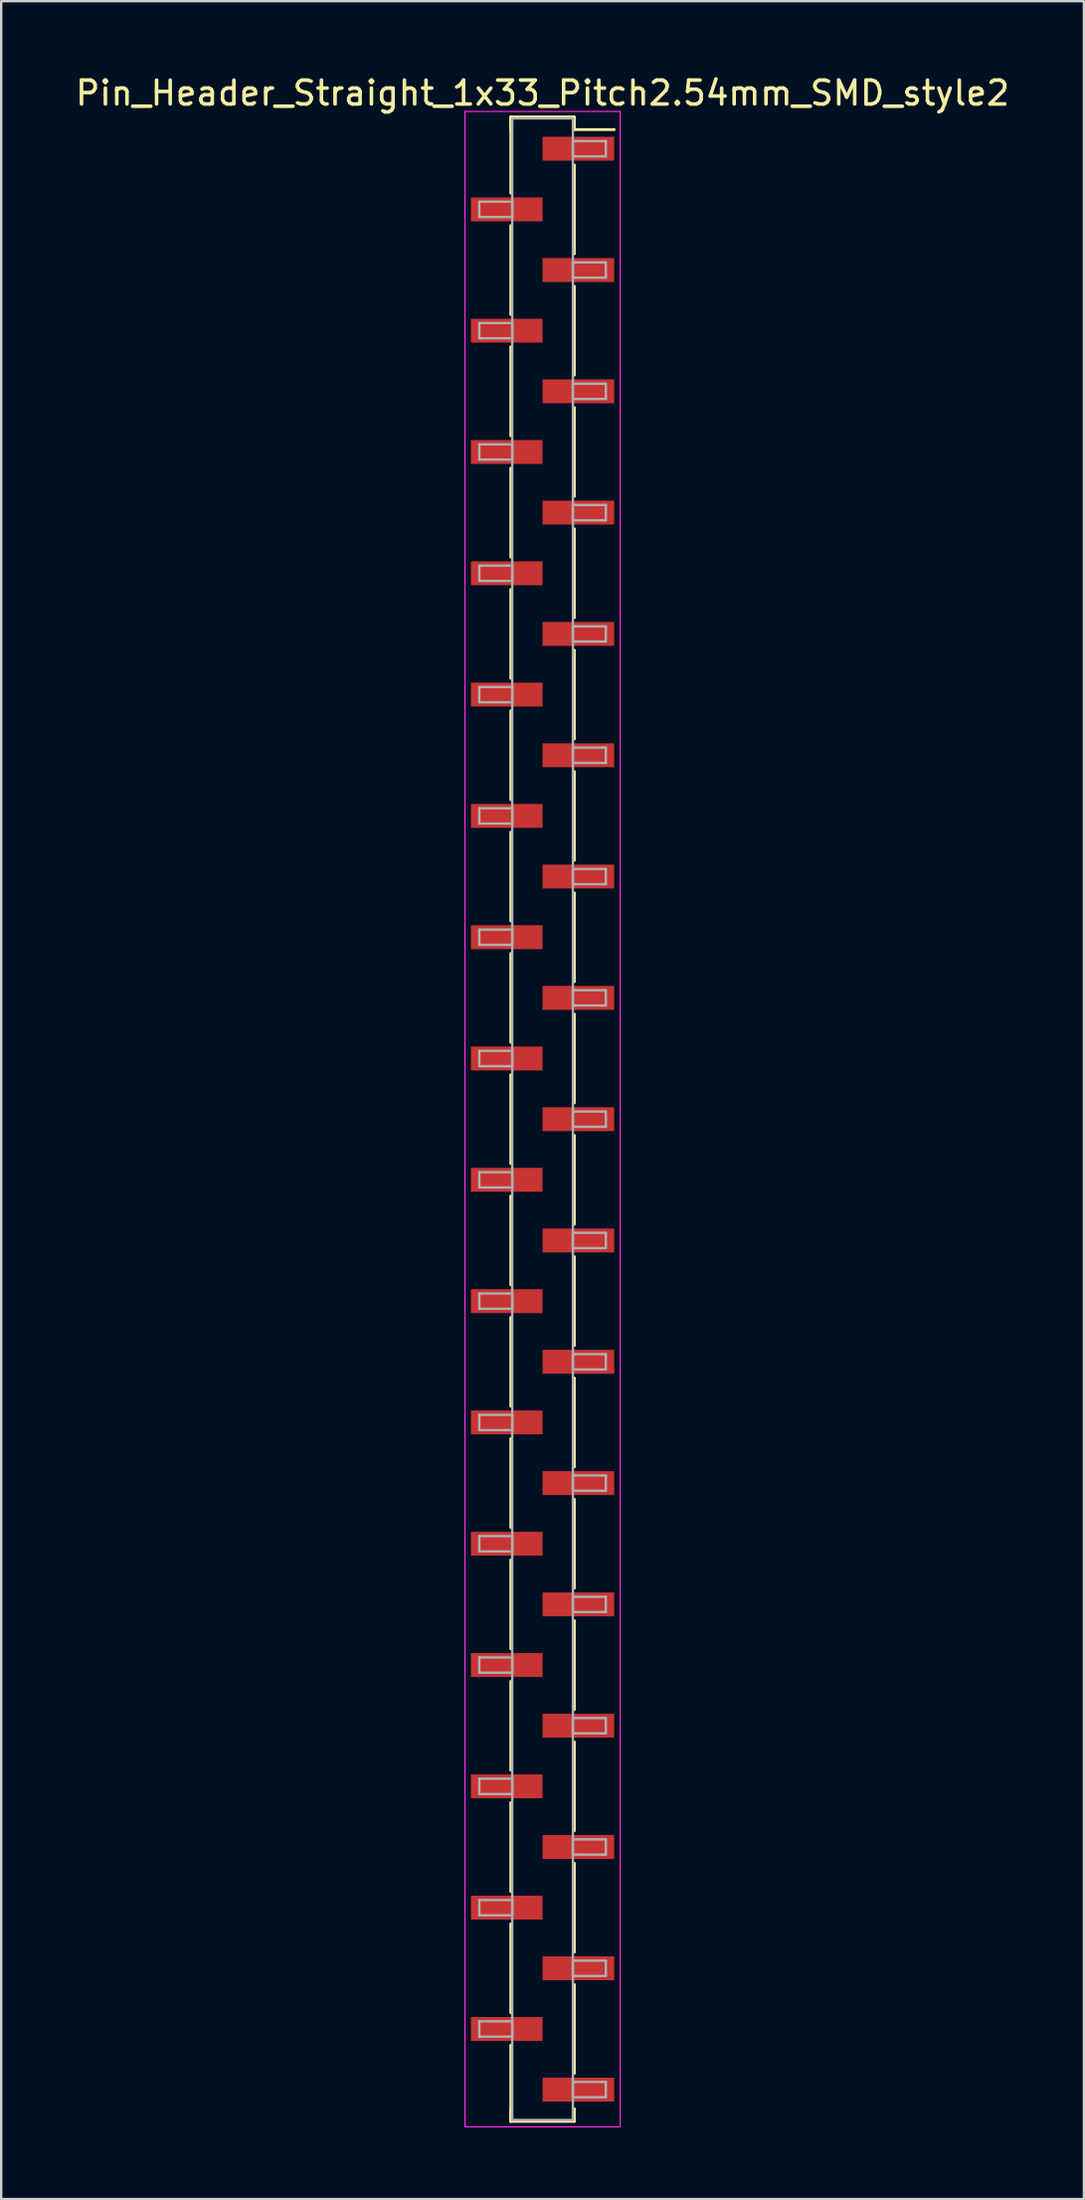
<source format=kicad_pcb>
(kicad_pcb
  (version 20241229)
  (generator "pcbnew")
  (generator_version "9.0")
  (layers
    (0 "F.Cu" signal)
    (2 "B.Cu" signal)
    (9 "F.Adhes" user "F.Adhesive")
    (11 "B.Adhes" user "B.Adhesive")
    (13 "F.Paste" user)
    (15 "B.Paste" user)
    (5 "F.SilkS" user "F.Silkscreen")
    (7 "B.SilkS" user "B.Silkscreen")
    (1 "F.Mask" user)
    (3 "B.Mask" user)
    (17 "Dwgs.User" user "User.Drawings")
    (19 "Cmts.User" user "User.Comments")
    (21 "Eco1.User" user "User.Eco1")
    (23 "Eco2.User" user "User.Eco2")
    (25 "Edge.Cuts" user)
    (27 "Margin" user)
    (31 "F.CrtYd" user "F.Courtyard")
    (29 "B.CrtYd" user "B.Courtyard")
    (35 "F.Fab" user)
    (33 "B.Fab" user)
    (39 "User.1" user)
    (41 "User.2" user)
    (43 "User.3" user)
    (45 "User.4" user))
  (footprint "Pin_Header_Straight_1x33_Pitch2.54mm_SMD_style2"
    (layer "F.Cu")
    (at 19.673 43.818)
    (property "Reference" "Pin_Header_Straight_1x33_Pitch2.54mm_SMD_style2" (at 0 -42.97 0) (layer "F.SilkS") (effects (font (size 1 1) (thickness 0.15))))
    (attr smd)
    (fp_line (start -1.33 -41.97) (end -1.33 -38.78) (stroke (width 0.12) (type solid)) (layer "F.SilkS"))
    (fp_line (start -1.33 -41.97) (end 1.33 -41.97) (stroke (width 0.12) (type solid)) (layer "F.SilkS"))
    (fp_line (start -1.33 -41.44) (end -1.33 -41.97) (stroke (width 0.12) (type solid)) (layer "F.SilkS"))
    (fp_line (start -1.33 -37.42) (end -1.33 -33.7) (stroke (width 0.12) (type solid)) (layer "F.SilkS"))
    (fp_line (start -1.33 -32.34) (end -1.33 -28.62) (stroke (width 0.12) (type solid)) (layer "F.SilkS"))
    (fp_line (start -1.33 -27.26) (end -1.33 -23.54) (stroke (width 0.12) (type solid)) (layer "F.SilkS"))
    (fp_line (start -1.33 -22.18) (end -1.33 -18.46) (stroke (width 0.12) (type solid)) (layer "F.SilkS"))
    (fp_line (start -1.33 -17.1) (end -1.33 -13.38) (stroke (width 0.12) (type solid)) (layer "F.SilkS"))
    (fp_line (start -1.33 -12.02) (end -1.33 -8.3) (stroke (width 0.12) (type solid)) (layer "F.SilkS"))
    (fp_line (start -1.33 -6.94) (end -1.33 -3.22) (stroke (width 0.12) (type solid)) (layer "F.SilkS"))
    (fp_line (start -1.33 -1.86) (end -1.33 1.86) (stroke (width 0.12) (type solid)) (layer "F.SilkS"))
    (fp_line (start -1.33 3.22) (end -1.33 6.94) (stroke (width 0.12) (type solid)) (layer "F.SilkS"))
    (fp_line (start -1.33 8.3) (end -1.33 12.02) (stroke (width 0.12) (type solid)) (layer "F.SilkS"))
    (fp_line (start -1.33 13.38) (end -1.33 17.1) (stroke (width 0.12) (type solid)) (layer "F.SilkS"))
    (fp_line (start -1.33 18.46) (end -1.33 22.18) (stroke (width 0.12) (type solid)) (layer "F.SilkS"))
    (fp_line (start -1.33 23.54) (end -1.33 27.26) (stroke (width 0.12) (type solid)) (layer "F.SilkS"))
    (fp_line (start -1.33 28.62) (end -1.33 32.34) (stroke (width 0.12) (type solid)) (layer "F.SilkS"))
    (fp_line (start -1.33 33.7) (end -1.33 37.42) (stroke (width 0.12) (type solid)) (layer "F.SilkS"))
    (fp_line (start -1.33 38.78) (end -1.33 41.97) (stroke (width 0.12) (type solid)) (layer "F.SilkS"))
    (fp_line (start -1.33 41.44) (end -1.33 41.97) (stroke (width 0.12) (type solid)) (layer "F.SilkS"))
    (fp_line (start -1.33 41.97) (end 1.33 41.97) (stroke (width 0.12) (type solid)) (layer "F.SilkS"))
    (fp_line (start 1.33 -41.97) (end 1.33 -41.44) (stroke (width 0.12) (type solid)) (layer "F.SilkS"))
    (fp_line (start 1.33 -41.44) (end 3 -41.44) (stroke (width 0.12) (type solid)) (layer "F.SilkS"))
    (fp_line (start 1.33 -39.96) (end 1.33 -36.24) (stroke (width 0.12) (type solid)) (layer "F.SilkS"))
    (fp_line (start 1.33 -34.88) (end 1.33 -31.16) (stroke (width 0.12) (type solid)) (layer "F.SilkS"))
    (fp_line (start 1.33 -29.8) (end 1.33 -26.08) (stroke (width 0.12) (type solid)) (layer "F.SilkS"))
    (fp_line (start 1.33 -24.72) (end 1.33 -21) (stroke (width 0.12) (type solid)) (layer "F.SilkS"))
    (fp_line (start 1.33 -19.64) (end 1.33 -15.92) (stroke (width 0.12) (type solid)) (layer "F.SilkS"))
    (fp_line (start 1.33 -14.56) (end 1.33 -10.84) (stroke (width 0.12) (type solid)) (layer "F.SilkS"))
    (fp_line (start 1.33 -9.48) (end 1.33 -5.76) (stroke (width 0.12) (type solid)) (layer "F.SilkS"))
    (fp_line (start 1.33 -4.4) (end 1.33 -0.68) (stroke (width 0.12) (type solid)) (layer "F.SilkS"))
    (fp_line (start 1.33 0.68) (end 1.33 4.4) (stroke (width 0.12) (type solid)) (layer "F.SilkS"))
    (fp_line (start 1.33 5.76) (end 1.33 9.48) (stroke (width 0.12) (type solid)) (layer "F.SilkS"))
    (fp_line (start 1.33 10.84) (end 1.33 14.56) (stroke (width 0.12) (type solid)) (layer "F.SilkS"))
    (fp_line (start 1.33 15.92) (end 1.33 19.64) (stroke (width 0.12) (type solid)) (layer "F.SilkS"))
    (fp_line (start 1.33 21) (end 1.33 24.72) (stroke (width 0.12) (type solid)) (layer "F.SilkS"))
    (fp_line (start 1.33 26.08) (end 1.33 29.8) (stroke (width 0.12) (type solid)) (layer "F.SilkS"))
    (fp_line (start 1.33 31.16) (end 1.33 34.88) (stroke (width 0.12) (type solid)) (layer "F.SilkS"))
    (fp_line (start 1.33 36.24) (end 1.33 39.96) (stroke (width 0.12) (type solid)) (layer "F.SilkS"))
    (fp_line (start 1.33 41.97) (end 1.33 41.44) (stroke (width 0.12) (type solid)) (layer "F.SilkS"))
    (fp_line (start -3.25 -42.2) (end -3.25 42.2) (stroke (width 0.05) (type solid)) (layer "F.CrtYd"))
    (fp_line (start -3.25 42.2) (end 3.25 42.2) (stroke (width 0.05) (type solid)) (layer "F.CrtYd"))
    (fp_line (start 3.25 -42.2) (end -3.25 -42.2) (stroke (width 0.05) (type solid)) (layer "F.CrtYd"))
    (fp_line (start 3.25 42.2) (end 3.25 -42.2) (stroke (width 0.05) (type solid)) (layer "F.CrtYd"))
    (fp_line (start -2.65 -38.42) (end -1.27 -38.42) (stroke (width 0.1) (type solid)) (layer "F.Fab"))
    (fp_line (start -2.65 -37.78) (end -2.65 -38.42) (stroke (width 0.1) (type solid)) (layer "F.Fab"))
    (fp_line (start -2.65 -33.34) (end -1.27 -33.34) (stroke (width 0.1) (type solid)) (layer "F.Fab"))
    (fp_line (start -2.65 -32.7) (end -2.65 -33.34) (stroke (width 0.1) (type solid)) (layer "F.Fab"))
    (fp_line (start -2.65 -28.26) (end -1.27 -28.26) (stroke (width 0.1) (type solid)) (layer "F.Fab"))
    (fp_line (start -2.65 -27.62) (end -2.65 -28.26) (stroke (width 0.1) (type solid)) (layer "F.Fab"))
    (fp_line (start -2.65 -23.18) (end -1.27 -23.18) (stroke (width 0.1) (type solid)) (layer "F.Fab"))
    (fp_line (start -2.65 -22.54) (end -2.65 -23.18) (stroke (width 0.1) (type solid)) (layer "F.Fab"))
    (fp_line (start -2.65 -18.1) (end -1.27 -18.1) (stroke (width 0.1) (type solid)) (layer "F.Fab"))
    (fp_line (start -2.65 -17.46) (end -2.65 -18.1) (stroke (width 0.1) (type solid)) (layer "F.Fab"))
    (fp_line (start -2.65 -13.02) (end -1.27 -13.02) (stroke (width 0.1) (type solid)) (layer "F.Fab"))
    (fp_line (start -2.65 -12.38) (end -2.65 -13.02) (stroke (width 0.1) (type solid)) (layer "F.Fab"))
    (fp_line (start -2.65 -7.94) (end -1.27 -7.94) (stroke (width 0.1) (type solid)) (layer "F.Fab"))
    (fp_line (start -2.65 -7.3) (end -2.65 -7.94) (stroke (width 0.1) (type solid)) (layer "F.Fab"))
    (fp_line (start -2.65 -2.86) (end -1.27 -2.86) (stroke (width 0.1) (type solid)) (layer "F.Fab"))
    (fp_line (start -2.65 -2.22) (end -2.65 -2.86) (stroke (width 0.1) (type solid)) (layer "F.Fab"))
    (fp_line (start -2.65 2.22) (end -1.27 2.22) (stroke (width 0.1) (type solid)) (layer "F.Fab"))
    (fp_line (start -2.65 2.86) (end -2.65 2.22) (stroke (width 0.1) (type solid)) (layer "F.Fab"))
    (fp_line (start -2.65 7.3) (end -1.27 7.3) (stroke (width 0.1) (type solid)) (layer "F.Fab"))
    (fp_line (start -2.65 7.94) (end -2.65 7.3) (stroke (width 0.1) (type solid)) (layer "F.Fab"))
    (fp_line (start -2.65 12.38) (end -1.27 12.38) (stroke (width 0.1) (type solid)) (layer "F.Fab"))
    (fp_line (start -2.65 13.02) (end -2.65 12.38) (stroke (width 0.1) (type solid)) (layer "F.Fab"))
    (fp_line (start -2.65 17.46) (end -1.27 17.46) (stroke (width 0.1) (type solid)) (layer "F.Fab"))
    (fp_line (start -2.65 18.1) (end -2.65 17.46) (stroke (width 0.1) (type solid)) (layer "F.Fab"))
    (fp_line (start -2.65 22.54) (end -1.27 22.54) (stroke (width 0.1) (type solid)) (layer "F.Fab"))
    (fp_line (start -2.65 23.18) (end -2.65 22.54) (stroke (width 0.1) (type solid)) (layer "F.Fab"))
    (fp_line (start -2.65 27.62) (end -1.27 27.62) (stroke (width 0.1) (type solid)) (layer "F.Fab"))
    (fp_line (start -2.65 28.26) (end -2.65 27.62) (stroke (width 0.1) (type solid)) (layer "F.Fab"))
    (fp_line (start -2.65 32.7) (end -1.27 32.7) (stroke (width 0.1) (type solid)) (layer "F.Fab"))
    (fp_line (start -2.65 33.34) (end -2.65 32.7) (stroke (width 0.1) (type solid)) (layer "F.Fab"))
    (fp_line (start -2.65 37.78) (end -1.27 37.78) (stroke (width 0.1) (type solid)) (layer "F.Fab"))
    (fp_line (start -2.65 38.42) (end -2.65 37.78) (stroke (width 0.1) (type solid)) (layer "F.Fab"))
    (fp_line (start -1.27 -41.91) (end -1.27 41.91) (stroke (width 0.1) (type solid)) (layer "F.Fab"))
    (fp_line (start -1.27 -38.42) (end -1.27 -37.78) (stroke (width 0.1) (type solid)) (layer "F.Fab"))
    (fp_line (start -1.27 -37.78) (end -2.65 -37.78) (stroke (width 0.1) (type solid)) (layer "F.Fab"))
    (fp_line (start -1.27 -33.34) (end -1.27 -32.7) (stroke (width 0.1) (type solid)) (layer "F.Fab"))
    (fp_line (start -1.27 -32.7) (end -2.65 -32.7) (stroke (width 0.1) (type solid)) (layer "F.Fab"))
    (fp_line (start -1.27 -28.26) (end -1.27 -27.62) (stroke (width 0.1) (type solid)) (layer "F.Fab"))
    (fp_line (start -1.27 -27.62) (end -2.65 -27.62) (stroke (width 0.1) (type solid)) (layer "F.Fab"))
    (fp_line (start -1.27 -23.18) (end -1.27 -22.54) (stroke (width 0.1) (type solid)) (layer "F.Fab"))
    (fp_line (start -1.27 -22.54) (end -2.65 -22.54) (stroke (width 0.1) (type solid)) (layer "F.Fab"))
    (fp_line (start -1.27 -18.1) (end -1.27 -17.46) (stroke (width 0.1) (type solid)) (layer "F.Fab"))
    (fp_line (start -1.27 -17.46) (end -2.65 -17.46) (stroke (width 0.1) (type solid)) (layer "F.Fab"))
    (fp_line (start -1.27 -13.02) (end -1.27 -12.38) (stroke (width 0.1) (type solid)) (layer "F.Fab"))
    (fp_line (start -1.27 -12.38) (end -2.65 -12.38) (stroke (width 0.1) (type solid)) (layer "F.Fab"))
    (fp_line (start -1.27 -7.94) (end -1.27 -7.3) (stroke (width 0.1) (type solid)) (layer "F.Fab"))
    (fp_line (start -1.27 -7.3) (end -2.65 -7.3) (stroke (width 0.1) (type solid)) (layer "F.Fab"))
    (fp_line (start -1.27 -2.86) (end -1.27 -2.22) (stroke (width 0.1) (type solid)) (layer "F.Fab"))
    (fp_line (start -1.27 -2.22) (end -2.65 -2.22) (stroke (width 0.1) (type solid)) (layer "F.Fab"))
    (fp_line (start -1.27 2.22) (end -1.27 2.86) (stroke (width 0.1) (type solid)) (layer "F.Fab"))
    (fp_line (start -1.27 2.86) (end -2.65 2.86) (stroke (width 0.1) (type solid)) (layer "F.Fab"))
    (fp_line (start -1.27 7.3) (end -1.27 7.94) (stroke (width 0.1) (type solid)) (layer "F.Fab"))
    (fp_line (start -1.27 7.94) (end -2.65 7.94) (stroke (width 0.1) (type solid)) (layer "F.Fab"))
    (fp_line (start -1.27 12.38) (end -1.27 13.02) (stroke (width 0.1) (type solid)) (layer "F.Fab"))
    (fp_line (start -1.27 13.02) (end -2.65 13.02) (stroke (width 0.1) (type solid)) (layer "F.Fab"))
    (fp_line (start -1.27 17.46) (end -1.27 18.1) (stroke (width 0.1) (type solid)) (layer "F.Fab"))
    (fp_line (start -1.27 18.1) (end -2.65 18.1) (stroke (width 0.1) (type solid)) (layer "F.Fab"))
    (fp_line (start -1.27 22.54) (end -1.27 23.18) (stroke (width 0.1) (type solid)) (layer "F.Fab"))
    (fp_line (start -1.27 23.18) (end -2.65 23.18) (stroke (width 0.1) (type solid)) (layer "F.Fab"))
    (fp_line (start -1.27 27.62) (end -1.27 28.26) (stroke (width 0.1) (type solid)) (layer "F.Fab"))
    (fp_line (start -1.27 28.26) (end -2.65 28.26) (stroke (width 0.1) (type solid)) (layer "F.Fab"))
    (fp_line (start -1.27 32.7) (end -1.27 33.34) (stroke (width 0.1) (type solid)) (layer "F.Fab"))
    (fp_line (start -1.27 33.34) (end -2.65 33.34) (stroke (width 0.1) (type solid)) (layer "F.Fab"))
    (fp_line (start -1.27 37.78) (end -1.27 38.42) (stroke (width 0.1) (type solid)) (layer "F.Fab"))
    (fp_line (start -1.27 38.42) (end -2.65 38.42) (stroke (width 0.1) (type solid)) (layer "F.Fab"))
    (fp_line (start -1.27 41.91) (end 1.27 41.91) (stroke (width 0.1) (type solid)) (layer "F.Fab"))
    (fp_line (start 1.27 -41.91) (end -1.27 -41.91) (stroke (width 0.1) (type solid)) (layer "F.Fab"))
    (fp_line (start 1.27 -40.96) (end 1.27 -40.32) (stroke (width 0.1) (type solid)) (layer "F.Fab"))
    (fp_line (start 1.27 -40.32) (end 2.65 -40.32) (stroke (width 0.1) (type solid)) (layer "F.Fab"))
    (fp_line (start 1.27 -35.88) (end 1.27 -35.24) (stroke (width 0.1) (type solid)) (layer "F.Fab"))
    (fp_line (start 1.27 -35.24) (end 2.65 -35.24) (stroke (width 0.1) (type solid)) (layer "F.Fab"))
    (fp_line (start 1.27 -30.8) (end 1.27 -30.16) (stroke (width 0.1) (type solid)) (layer "F.Fab"))
    (fp_line (start 1.27 -30.16) (end 2.65 -30.16) (stroke (width 0.1) (type solid)) (layer "F.Fab"))
    (fp_line (start 1.27 -25.72) (end 1.27 -25.08) (stroke (width 0.1) (type solid)) (layer "F.Fab"))
    (fp_line (start 1.27 -25.08) (end 2.65 -25.08) (stroke (width 0.1) (type solid)) (layer "F.Fab"))
    (fp_line (start 1.27 -20.64) (end 1.27 -20) (stroke (width 0.1) (type solid)) (layer "F.Fab"))
    (fp_line (start 1.27 -20) (end 2.65 -20) (stroke (width 0.1) (type solid)) (layer "F.Fab"))
    (fp_line (start 1.27 -15.56) (end 1.27 -14.92) (stroke (width 0.1) (type solid)) (layer "F.Fab"))
    (fp_line (start 1.27 -14.92) (end 2.65 -14.92) (stroke (width 0.1) (type solid)) (layer "F.Fab"))
    (fp_line (start 1.27 -10.48) (end 1.27 -9.84) (stroke (width 0.1) (type solid)) (layer "F.Fab"))
    (fp_line (start 1.27 -9.84) (end 2.65 -9.84) (stroke (width 0.1) (type solid)) (layer "F.Fab"))
    (fp_line (start 1.27 -5.4) (end 1.27 -4.76) (stroke (width 0.1) (type solid)) (layer "F.Fab"))
    (fp_line (start 1.27 -4.76) (end 2.65 -4.76) (stroke (width 0.1) (type solid)) (layer "F.Fab"))
    (fp_line (start 1.27 -0.32) (end 1.27 0.32) (stroke (width 0.1) (type solid)) (layer "F.Fab"))
    (fp_line (start 1.27 0.32) (end 2.65 0.32) (stroke (width 0.1) (type solid)) (layer "F.Fab"))
    (fp_line (start 1.27 4.76) (end 1.27 5.4) (stroke (width 0.1) (type solid)) (layer "F.Fab"))
    (fp_line (start 1.27 5.4) (end 2.65 5.4) (stroke (width 0.1) (type solid)) (layer "F.Fab"))
    (fp_line (start 1.27 9.84) (end 1.27 10.48) (stroke (width 0.1) (type solid)) (layer "F.Fab"))
    (fp_line (start 1.27 10.48) (end 2.65 10.48) (stroke (width 0.1) (type solid)) (layer "F.Fab"))
    (fp_line (start 1.27 14.92) (end 1.27 15.56) (stroke (width 0.1) (type solid)) (layer "F.Fab"))
    (fp_line (start 1.27 15.56) (end 2.65 15.56) (stroke (width 0.1) (type solid)) (layer "F.Fab"))
    (fp_line (start 1.27 20) (end 1.27 20.64) (stroke (width 0.1) (type solid)) (layer "F.Fab"))
    (fp_line (start 1.27 20.64) (end 2.65 20.64) (stroke (width 0.1) (type solid)) (layer "F.Fab"))
    (fp_line (start 1.27 25.08) (end 1.27 25.72) (stroke (width 0.1) (type solid)) (layer "F.Fab"))
    (fp_line (start 1.27 25.72) (end 2.65 25.72) (stroke (width 0.1) (type solid)) (layer "F.Fab"))
    (fp_line (start 1.27 30.16) (end 1.27 30.8) (stroke (width 0.1) (type solid)) (layer "F.Fab"))
    (fp_line (start 1.27 30.8) (end 2.65 30.8) (stroke (width 0.1) (type solid)) (layer "F.Fab"))
    (fp_line (start 1.27 35.24) (end 1.27 35.88) (stroke (width 0.1) (type solid)) (layer "F.Fab"))
    (fp_line (start 1.27 35.88) (end 2.65 35.88) (stroke (width 0.1) (type solid)) (layer "F.Fab"))
    (fp_line (start 1.27 40.32) (end 1.27 40.96) (stroke (width 0.1) (type solid)) (layer "F.Fab"))
    (fp_line (start 1.27 40.96) (end 2.65 40.96) (stroke (width 0.1) (type solid)) (layer "F.Fab"))
    (fp_line (start 1.27 41.91) (end 1.27 -41.91) (stroke (width 0.1) (type solid)) (layer "F.Fab"))
    (fp_line (start 2.65 -40.96) (end 1.27 -40.96) (stroke (width 0.1) (type solid)) (layer "F.Fab"))
    (fp_line (start 2.65 -40.32) (end 2.65 -40.96) (stroke (width 0.1) (type solid)) (layer "F.Fab"))
    (fp_line (start 2.65 -35.88) (end 1.27 -35.88) (stroke (width 0.1) (type solid)) (layer "F.Fab"))
    (fp_line (start 2.65 -35.24) (end 2.65 -35.88) (stroke (width 0.1) (type solid)) (layer "F.Fab"))
    (fp_line (start 2.65 -30.8) (end 1.27 -30.8) (stroke (width 0.1) (type solid)) (layer "F.Fab"))
    (fp_line (start 2.65 -30.16) (end 2.65 -30.8) (stroke (width 0.1) (type solid)) (layer "F.Fab"))
    (fp_line (start 2.65 -25.72) (end 1.27 -25.72) (stroke (width 0.1) (type solid)) (layer "F.Fab"))
    (fp_line (start 2.65 -25.08) (end 2.65 -25.72) (stroke (width 0.1) (type solid)) (layer "F.Fab"))
    (fp_line (start 2.65 -20.64) (end 1.27 -20.64) (stroke (width 0.1) (type solid)) (layer "F.Fab"))
    (fp_line (start 2.65 -20) (end 2.65 -20.64) (stroke (width 0.1) (type solid)) (layer "F.Fab"))
    (fp_line (start 2.65 -15.56) (end 1.27 -15.56) (stroke (width 0.1) (type solid)) (layer "F.Fab"))
    (fp_line (start 2.65 -14.92) (end 2.65 -15.56) (stroke (width 0.1) (type solid)) (layer "F.Fab"))
    (fp_line (start 2.65 -10.48) (end 1.27 -10.48) (stroke (width 0.1) (type solid)) (layer "F.Fab"))
    (fp_line (start 2.65 -9.84) (end 2.65 -10.48) (stroke (width 0.1) (type solid)) (layer "F.Fab"))
    (fp_line (start 2.65 -5.4) (end 1.27 -5.4) (stroke (width 0.1) (type solid)) (layer "F.Fab"))
    (fp_line (start 2.65 -4.76) (end 2.65 -5.4) (stroke (width 0.1) (type solid)) (layer "F.Fab"))
    (fp_line (start 2.65 -0.32) (end 1.27 -0.32) (stroke (width 0.1) (type solid)) (layer "F.Fab"))
    (fp_line (start 2.65 0.32) (end 2.65 -0.32) (stroke (width 0.1) (type solid)) (layer "F.Fab"))
    (fp_line (start 2.65 4.76) (end 1.27 4.76) (stroke (width 0.1) (type solid)) (layer "F.Fab"))
    (fp_line (start 2.65 5.4) (end 2.65 4.76) (stroke (width 0.1) (type solid)) (layer "F.Fab"))
    (fp_line (start 2.65 9.84) (end 1.27 9.84) (stroke (width 0.1) (type solid)) (layer "F.Fab"))
    (fp_line (start 2.65 10.48) (end 2.65 9.84) (stroke (width 0.1) (type solid)) (layer "F.Fab"))
    (fp_line (start 2.65 14.92) (end 1.27 14.92) (stroke (width 0.1) (type solid)) (layer "F.Fab"))
    (fp_line (start 2.65 15.56) (end 2.65 14.92) (stroke (width 0.1) (type solid)) (layer "F.Fab"))
    (fp_line (start 2.65 20) (end 1.27 20) (stroke (width 0.1) (type solid)) (layer "F.Fab"))
    (fp_line (start 2.65 20.64) (end 2.65 20) (stroke (width 0.1) (type solid)) (layer "F.Fab"))
    (fp_line (start 2.65 25.08) (end 1.27 25.08) (stroke (width 0.1) (type solid)) (layer "F.Fab"))
    (fp_line (start 2.65 25.72) (end 2.65 25.08) (stroke (width 0.1) (type solid)) (layer "F.Fab"))
    (fp_line (start 2.65 30.16) (end 1.27 30.16) (stroke (width 0.1) (type solid)) (layer "F.Fab"))
    (fp_line (start 2.65 30.8) (end 2.65 30.16) (stroke (width 0.1) (type solid)) (layer "F.Fab"))
    (fp_line (start 2.65 35.24) (end 1.27 35.24) (stroke (width 0.1) (type solid)) (layer "F.Fab"))
    (fp_line (start 2.65 35.88) (end 2.65 35.24) (stroke (width 0.1) (type solid)) (layer "F.Fab"))
    (fp_line (start 2.65 40.32) (end 1.27 40.32) (stroke (width 0.1) (type solid)) (layer "F.Fab"))
    (fp_line (start 2.65 40.96) (end 2.65 40.32) (stroke (width 0.1) (type solid)) (layer "F.Fab"))
    (pad "1" smd rect (at 1.5 -40.64) (size 3 1) (layers "F.Cu" "F.Mask"))
    (pad "2" smd rect (at -1.5 -38.1) (size 3 1) (layers "F.Cu" "F.Mask"))
    (pad "3" smd rect (at 1.5 -35.56) (size 3 1) (layers "F.Cu" "F.Mask"))
    (pad "4" smd rect (at -1.5 -33.02) (size 3 1) (layers "F.Cu" "F.Mask"))
    (pad "5" smd rect (at 1.5 -30.48) (size 3 1) (layers "F.Cu" "F.Mask"))
    (pad "6" smd rect (at -1.5 -27.94) (size 3 1) (layers "F.Cu" "F.Mask"))
    (pad "7" smd rect (at 1.5 -25.4) (size 3 1) (layers "F.Cu" "F.Mask"))
    (pad "8" smd rect (at -1.5 -22.86) (size 3 1) (layers "F.Cu" "F.Mask"))
    (pad "9" smd rect (at 1.5 -20.32) (size 3 1) (layers "F.Cu" "F.Mask"))
    (pad "10" smd rect (at -1.5 -17.78) (size 3 1) (layers "F.Cu" "F.Mask"))
    (pad "11" smd rect (at 1.5 -15.24) (size 3 1) (layers "F.Cu" "F.Mask"))
    (pad "12" smd rect (at -1.5 -12.7) (size 3 1) (layers "F.Cu" "F.Mask"))
    (pad "13" smd rect (at 1.5 -10.16) (size 3 1) (layers "F.Cu" "F.Mask"))
    (pad "14" smd rect (at -1.5 -7.62) (size 3 1) (layers "F.Cu" "F.Mask"))
    (pad "15" smd rect (at 1.5 -5.08) (size 3 1) (layers "F.Cu" "F.Mask"))
    (pad "16" smd rect (at -1.5 -2.54) (size 3 1) (layers "F.Cu" "F.Mask"))
    (pad "17" smd rect (at 1.5 0) (size 3 1) (layers "F.Cu" "F.Mask"))
    (pad "18" smd rect (at -1.5 2.54) (size 3 1) (layers "F.Cu" "F.Mask"))
    (pad "19" smd rect (at 1.5 5.08) (size 3 1) (layers "F.Cu" "F.Mask"))
    (pad "20" smd rect (at -1.5 7.62) (size 3 1) (layers "F.Cu" "F.Mask"))
    (pad "21" smd rect (at 1.5 10.16) (size 3 1) (layers "F.Cu" "F.Mask"))
    (pad "22" smd rect (at -1.5 12.7) (size 3 1) (layers "F.Cu" "F.Mask"))
    (pad "23" smd rect (at 1.5 15.24) (size 3 1) (layers "F.Cu" "F.Mask"))
    (pad "24" smd rect (at -1.5 17.78) (size 3 1) (layers "F.Cu" "F.Mask"))
    (pad "25" smd rect (at 1.5 20.32) (size 3 1) (layers "F.Cu" "F.Mask"))
    (pad "26" smd rect (at -1.5 22.86) (size 3 1) (layers "F.Cu" "F.Mask"))
    (pad "27" smd rect (at 1.5 25.4) (size 3 1) (layers "F.Cu" "F.Mask"))
    (pad "28" smd rect (at -1.5 27.94) (size 3 1) (layers "F.Cu" "F.Mask"))
    (pad "29" smd rect (at 1.5 30.48) (size 3 1) (layers "F.Cu" "F.Mask"))
    (pad "30" smd rect (at -1.5 33.02) (size 3 1) (layers "F.Cu" "F.Mask"))
    (pad "31" smd rect (at 1.5 35.56) (size 3 1) (layers "F.Cu" "F.Mask"))
    (pad "32" smd rect (at -1.5 38.1) (size 3 1) (layers "F.Cu" "F.Mask"))
    (pad "33" smd rect (at 1.5 40.64) (size 3 1) (layers "F.Cu" "F.Mask")))
  (gr_rect
    (start -3 -3)
    (end 42.345 89.043)
    (stroke (width 0.1) (type default))
    (fill no)
    (layer "Edge.Cuts")))
</source>
